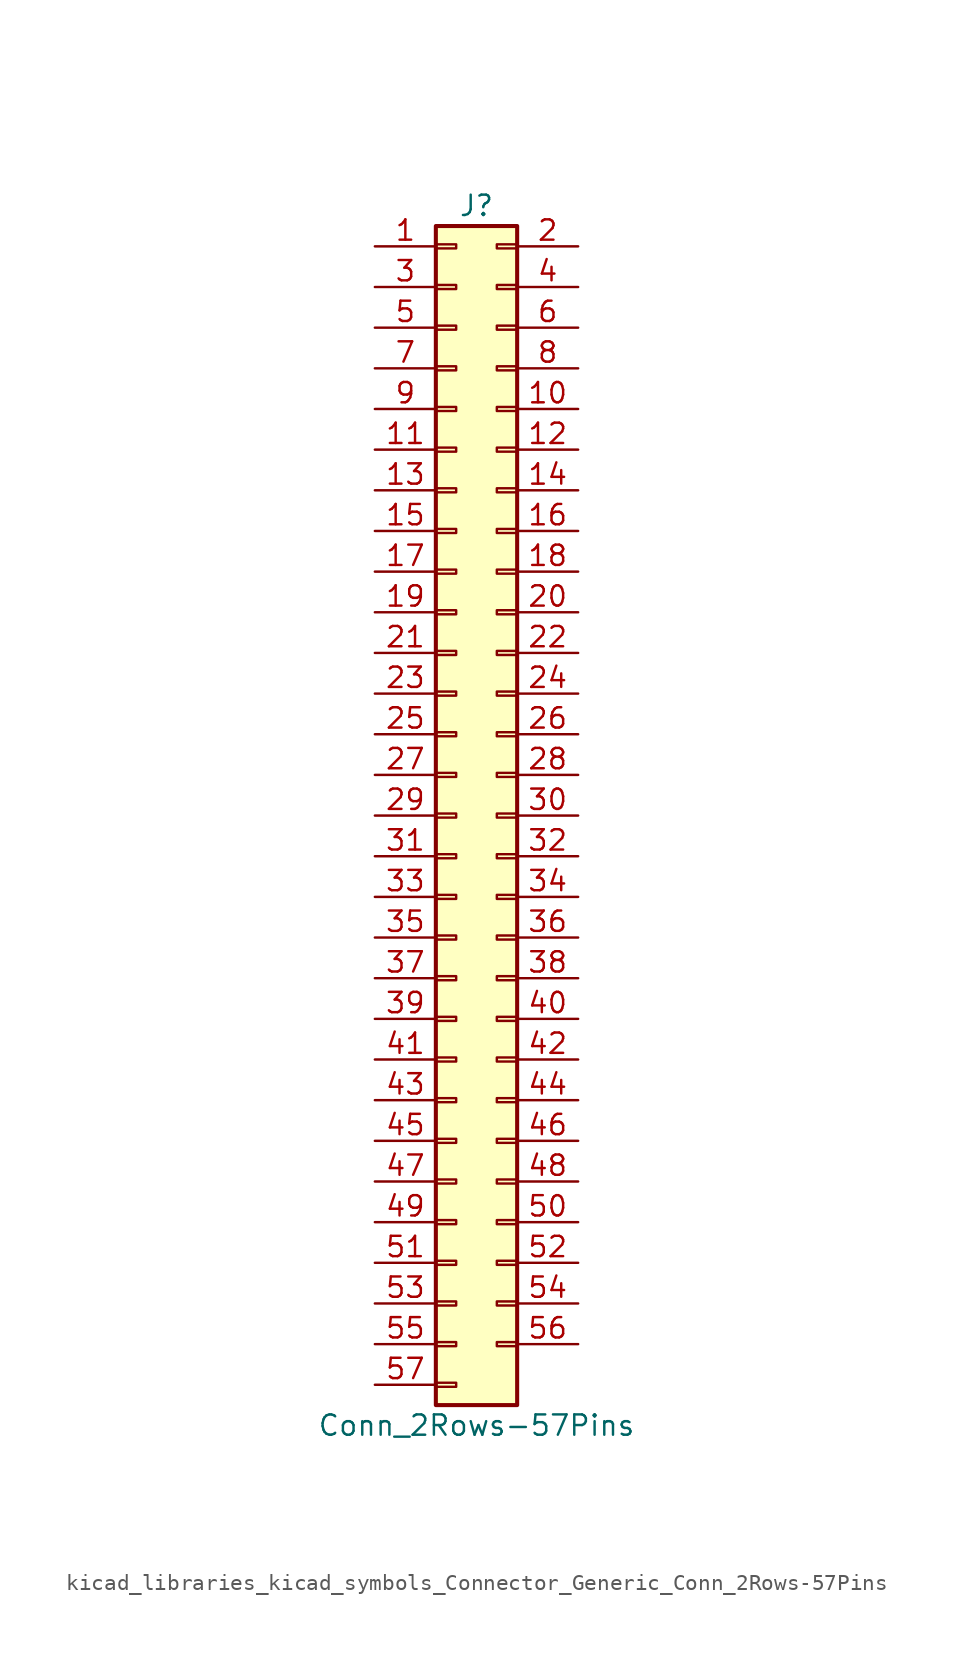
<source format=kicad_sym>
(kicad_symbol_lib
  (version 20220914)
  (generator kicad_symbol_editor)
  (symbol "kicad_libraries_kicad_symbols_Connector_Generic_Conn_2Rows-57Pins"
    (pin_names
      (offset 1.016) hide)
    (property "Reference" "J"
      (at 1.27 38.1 0)
      (effects (font (size 1.27 1.27))))
    (property "Value" "Conn_2Rows-57Pins"
      (at 1.27 -38.1 0)
      (effects (font (size 1.27 1.27))))
    (symbol "kicad_libraries_kicad_symbols_Connector_Generic_Conn_2Rows-57Pins_1_1"
      (rectangle (start -1.27 -35.433) (end 0 -35.687) (stroke (width 0.152) (type default)) (fill (type none)))
      (rectangle (start -1.27 -32.893) (end 0 -33.147) (stroke (width 0.152) (type default)) (fill (type none)))
      (rectangle (start -1.27 -30.353) (end 0 -30.607) (stroke (width 0.152) (type default)) (fill (type none)))
      (rectangle (start -1.27 -27.813) (end 0 -28.067) (stroke (width 0.152) (type default)) (fill (type none)))
      (rectangle (start -1.27 -25.273) (end 0 -25.527) (stroke (width 0.152) (type default)) (fill (type none)))
      (rectangle (start -1.27 -22.733) (end 0 -22.987) (stroke (width 0.152) (type default)) (fill (type none)))
      (rectangle (start -1.27 -20.193) (end 0 -20.447) (stroke (width 0.152) (type default)) (fill (type none)))
      (rectangle (start -1.27 -17.653) (end 0 -17.907) (stroke (width 0.152) (type default)) (fill (type none)))
      (rectangle (start -1.27 -15.113) (end 0 -15.367) (stroke (width 0.152) (type default)) (fill (type none)))
      (rectangle (start -1.27 -12.573) (end 0 -12.827) (stroke (width 0.152) (type default)) (fill (type none)))
      (rectangle (start -1.27 -10.033) (end 0 -10.287) (stroke (width 0.152) (type default)) (fill (type none)))
      (rectangle (start -1.27 -7.493) (end 0 -7.747) (stroke (width 0.152) (type default)) (fill (type none)))
      (rectangle (start -1.27 -4.953) (end 0 -5.207) (stroke (width 0.152) (type default)) (fill (type none)))
      (rectangle (start -1.27 -2.413) (end 0 -2.667) (stroke (width 0.152) (type default)) (fill (type none)))
      (rectangle (start -1.27 0.127) (end 0 -0.127) (stroke (width 0.152) (type default)) (fill (type none)))
      (rectangle (start -1.27 2.667) (end 0 2.413) (stroke (width 0.152) (type default)) (fill (type none)))
      (rectangle (start -1.27 5.207) (end 0 4.953) (stroke (width 0.152) (type default)) (fill (type none)))
      (rectangle (start -1.27 7.747) (end 0 7.493) (stroke (width 0.152) (type default)) (fill (type none)))
      (rectangle (start -1.27 10.287) (end 0 10.033) (stroke (width 0.152) (type default)) (fill (type none)))
      (rectangle (start -1.27 12.827) (end 0 12.573) (stroke (width 0.152) (type default)) (fill (type none)))
      (rectangle (start -1.27 15.367) (end 0 15.113) (stroke (width 0.152) (type default)) (fill (type none)))
      (rectangle (start -1.27 17.907) (end 0 17.653) (stroke (width 0.152) (type default)) (fill (type none)))
      (rectangle (start -1.27 20.447) (end 0 20.193) (stroke (width 0.152) (type default)) (fill (type none)))
      (rectangle (start -1.27 22.987) (end 0 22.733) (stroke (width 0.152) (type default)) (fill (type none)))
      (rectangle (start -1.27 25.527) (end 0 25.273) (stroke (width 0.152) (type default)) (fill (type none)))
      (rectangle (start -1.27 28.067) (end 0 27.813) (stroke (width 0.152) (type default)) (fill (type none)))
      (rectangle (start -1.27 30.607) (end 0 30.353) (stroke (width 0.152) (type default)) (fill (type none)))
      (rectangle (start -1.27 33.147) (end 0 32.893) (stroke (width 0.152) (type default)) (fill (type none)))
      (rectangle (start -1.27 35.687) (end 0 35.433) (stroke (width 0.152) (type default)) (fill (type none)))
      (rectangle (start -1.27 36.83) (end 3.81 -36.83) (stroke (width 0.254) (type default)) (fill (type background)))
      (rectangle (start 3.81 -32.893) (end 2.54 -33.147) (stroke (width 0.152) (type default)) (fill (type none)))
      (rectangle (start 3.81 -30.353) (end 2.54 -30.607) (stroke (width 0.152) (type default)) (fill (type none)))
      (rectangle (start 3.81 -27.813) (end 2.54 -28.067) (stroke (width 0.152) (type default)) (fill (type none)))
      (rectangle (start 3.81 -25.273) (end 2.54 -25.527) (stroke (width 0.152) (type default)) (fill (type none)))
      (rectangle (start 3.81 -22.733) (end 2.54 -22.987) (stroke (width 0.152) (type default)) (fill (type none)))
      (rectangle (start 3.81 -20.193) (end 2.54 -20.447) (stroke (width 0.152) (type default)) (fill (type none)))
      (rectangle (start 3.81 -17.653) (end 2.54 -17.907) (stroke (width 0.152) (type default)) (fill (type none)))
      (rectangle (start 3.81 -15.113) (end 2.54 -15.367) (stroke (width 0.152) (type default)) (fill (type none)))
      (rectangle (start 3.81 -12.573) (end 2.54 -12.827) (stroke (width 0.152) (type default)) (fill (type none)))
      (rectangle (start 3.81 -10.033) (end 2.54 -10.287) (stroke (width 0.152) (type default)) (fill (type none)))
      (rectangle (start 3.81 -7.493) (end 2.54 -7.747) (stroke (width 0.152) (type default)) (fill (type none)))
      (rectangle (start 3.81 -4.953) (end 2.54 -5.207) (stroke (width 0.152) (type default)) (fill (type none)))
      (rectangle (start 3.81 -2.413) (end 2.54 -2.667) (stroke (width 0.152) (type default)) (fill (type none)))
      (rectangle (start 3.81 0.127) (end 2.54 -0.127) (stroke (width 0.152) (type default)) (fill (type none)))
      (rectangle (start 3.81 2.667) (end 2.54 2.413) (stroke (width 0.152) (type default)) (fill (type none)))
      (rectangle (start 3.81 5.207) (end 2.54 4.953) (stroke (width 0.152) (type default)) (fill (type none)))
      (rectangle (start 3.81 7.747) (end 2.54 7.493) (stroke (width 0.152) (type default)) (fill (type none)))
      (rectangle (start 3.81 10.287) (end 2.54 10.033) (stroke (width 0.152) (type default)) (fill (type none)))
      (rectangle (start 3.81 12.827) (end 2.54 12.573) (stroke (width 0.152) (type default)) (fill (type none)))
      (rectangle (start 3.81 15.367) (end 2.54 15.113) (stroke (width 0.152) (type default)) (fill (type none)))
      (rectangle (start 3.81 17.907) (end 2.54 17.653) (stroke (width 0.152) (type default)) (fill (type none)))
      (rectangle (start 3.81 20.447) (end 2.54 20.193) (stroke (width 0.152) (type default)) (fill (type none)))
      (rectangle (start 3.81 22.987) (end 2.54 22.733) (stroke (width 0.152) (type default)) (fill (type none)))
      (rectangle (start 3.81 25.527) (end 2.54 25.273) (stroke (width 0.152) (type default)) (fill (type none)))
      (rectangle (start 3.81 28.067) (end 2.54 27.813) (stroke (width 0.152) (type default)) (fill (type none)))
      (rectangle (start 3.81 30.607) (end 2.54 30.353) (stroke (width 0.152) (type default)) (fill (type none)))
      (rectangle (start 3.81 33.147) (end 2.54 32.893) (stroke (width 0.152) (type default)) (fill (type none)))
      (rectangle (start 3.81 35.687) (end 2.54 35.433) (stroke (width 0.152) (type default)) (fill (type none)))
      (pin passive line (at -5.08 35.56 0) (length 3.81) (name "Pin_1" (effects (font (size 1.27 1.27)))) (number "1" (effects (font (size 1.27 1.27)))))
      (pin passive line (at 7.62 25.4 180) (length 3.81) (name "Pin_10" (effects (font (size 1.27 1.27)))) (number "10" (effects (font (size 1.27 1.27)))))
      (pin passive line (at -5.08 22.86 0) (length 3.81) (name "Pin_11" (effects (font (size 1.27 1.27)))) (number "11" (effects (font (size 1.27 1.27)))))
      (pin passive line (at 7.62 22.86 180) (length 3.81) (name "Pin_12" (effects (font (size 1.27 1.27)))) (number "12" (effects (font (size 1.27 1.27)))))
      (pin passive line (at -5.08 20.32 0) (length 3.81) (name "Pin_13" (effects (font (size 1.27 1.27)))) (number "13" (effects (font (size 1.27 1.27)))))
      (pin passive line (at 7.62 20.32 180) (length 3.81) (name "Pin_14" (effects (font (size 1.27 1.27)))) (number "14" (effects (font (size 1.27 1.27)))))
      (pin passive line (at -5.08 17.78 0) (length 3.81) (name "Pin_15" (effects (font (size 1.27 1.27)))) (number "15" (effects (font (size 1.27 1.27)))))
      (pin passive line (at 7.62 17.78 180) (length 3.81) (name "Pin_16" (effects (font (size 1.27 1.27)))) (number "16" (effects (font (size 1.27 1.27)))))
      (pin passive line (at -5.08 15.24 0) (length 3.81) (name "Pin_17" (effects (font (size 1.27 1.27)))) (number "17" (effects (font (size 1.27 1.27)))))
      (pin passive line (at 7.62 15.24 180) (length 3.81) (name "Pin_18" (effects (font (size 1.27 1.27)))) (number "18" (effects (font (size 1.27 1.27)))))
      (pin passive line (at -5.08 12.7 0) (length 3.81) (name "Pin_19" (effects (font (size 1.27 1.27)))) (number "19" (effects (font (size 1.27 1.27)))))
      (pin passive line (at 7.62 35.56 180) (length 3.81) (name "Pin_2" (effects (font (size 1.27 1.27)))) (number "2" (effects (font (size 1.27 1.27)))))
      (pin passive line (at 7.62 12.7 180) (length 3.81) (name "Pin_20" (effects (font (size 1.27 1.27)))) (number "20" (effects (font (size 1.27 1.27)))))
      (pin passive line (at -5.08 10.16 0) (length 3.81) (name "Pin_21" (effects (font (size 1.27 1.27)))) (number "21" (effects (font (size 1.27 1.27)))))
      (pin passive line (at 7.62 10.16 180) (length 3.81) (name "Pin_22" (effects (font (size 1.27 1.27)))) (number "22" (effects (font (size 1.27 1.27)))))
      (pin passive line (at -5.08 7.62 0) (length 3.81) (name "Pin_23" (effects (font (size 1.27 1.27)))) (number "23" (effects (font (size 1.27 1.27)))))
      (pin passive line (at 7.62 7.62 180) (length 3.81) (name "Pin_24" (effects (font (size 1.27 1.27)))) (number "24" (effects (font (size 1.27 1.27)))))
      (pin passive line (at -5.08 5.08 0) (length 3.81) (name "Pin_25" (effects (font (size 1.27 1.27)))) (number "25" (effects (font (size 1.27 1.27)))))
      (pin passive line (at 7.62 5.08 180) (length 3.81) (name "Pin_26" (effects (font (size 1.27 1.27)))) (number "26" (effects (font (size 1.27 1.27)))))
      (pin passive line (at -5.08 2.54 0) (length 3.81) (name "Pin_27" (effects (font (size 1.27 1.27)))) (number "27" (effects (font (size 1.27 1.27)))))
      (pin passive line (at 7.62 2.54 180) (length 3.81) (name "Pin_28" (effects (font (size 1.27 1.27)))) (number "28" (effects (font (size 1.27 1.27)))))
      (pin passive line (at -5.08 0 0) (length 3.81) (name "Pin_29" (effects (font (size 1.27 1.27)))) (number "29" (effects (font (size 1.27 1.27)))))
      (pin passive line (at -5.08 33.02 0) (length 3.81) (name "Pin_3" (effects (font (size 1.27 1.27)))) (number "3" (effects (font (size 1.27 1.27)))))
      (pin passive line (at 7.62 0 180) (length 3.81) (name "Pin_30" (effects (font (size 1.27 1.27)))) (number "30" (effects (font (size 1.27 1.27)))))
      (pin passive line (at -5.08 -2.54 0) (length 3.81) (name "Pin_31" (effects (font (size 1.27 1.27)))) (number "31" (effects (font (size 1.27 1.27)))))
      (pin passive line (at 7.62 -2.54 180) (length 3.81) (name "Pin_32" (effects (font (size 1.27 1.27)))) (number "32" (effects (font (size 1.27 1.27)))))
      (pin passive line (at -5.08 -5.08 0) (length 3.81) (name "Pin_33" (effects (font (size 1.27 1.27)))) (number "33" (effects (font (size 1.27 1.27)))))
      (pin passive line (at 7.62 -5.08 180) (length 3.81) (name "Pin_34" (effects (font (size 1.27 1.27)))) (number "34" (effects (font (size 1.27 1.27)))))
      (pin passive line (at -5.08 -7.62 0) (length 3.81) (name "Pin_35" (effects (font (size 1.27 1.27)))) (number "35" (effects (font (size 1.27 1.27)))))
      (pin passive line (at 7.62 -7.62 180) (length 3.81) (name "Pin_36" (effects (font (size 1.27 1.27)))) (number "36" (effects (font (size 1.27 1.27)))))
      (pin passive line (at -5.08 -10.16 0) (length 3.81) (name "Pin_37" (effects (font (size 1.27 1.27)))) (number "37" (effects (font (size 1.27 1.27)))))
      (pin passive line (at 7.62 -10.16 180) (length 3.81) (name "Pin_38" (effects (font (size 1.27 1.27)))) (number "38" (effects (font (size 1.27 1.27)))))
      (pin passive line (at -5.08 -12.7 0) (length 3.81) (name "Pin_39" (effects (font (size 1.27 1.27)))) (number "39" (effects (font (size 1.27 1.27)))))
      (pin passive line (at 7.62 33.02 180) (length 3.81) (name "Pin_4" (effects (font (size 1.27 1.27)))) (number "4" (effects (font (size 1.27 1.27)))))
      (pin passive line (at 7.62 -12.7 180) (length 3.81) (name "Pin_40" (effects (font (size 1.27 1.27)))) (number "40" (effects (font (size 1.27 1.27)))))
      (pin passive line (at -5.08 -15.24 0) (length 3.81) (name "Pin_41" (effects (font (size 1.27 1.27)))) (number "41" (effects (font (size 1.27 1.27)))))
      (pin passive line (at 7.62 -15.24 180) (length 3.81) (name "Pin_42" (effects (font (size 1.27 1.27)))) (number "42" (effects (font (size 1.27 1.27)))))
      (pin passive line (at -5.08 -17.78 0) (length 3.81) (name "Pin_43" (effects (font (size 1.27 1.27)))) (number "43" (effects (font (size 1.27 1.27)))))
      (pin passive line (at 7.62 -17.78 180) (length 3.81) (name "Pin_44" (effects (font (size 1.27 1.27)))) (number "44" (effects (font (size 1.27 1.27)))))
      (pin passive line (at -5.08 -20.32 0) (length 3.81) (name "Pin_45" (effects (font (size 1.27 1.27)))) (number "45" (effects (font (size 1.27 1.27)))))
      (pin passive line (at 7.62 -20.32 180) (length 3.81) (name "Pin_46" (effects (font (size 1.27 1.27)))) (number "46" (effects (font (size 1.27 1.27)))))
      (pin passive line (at -5.08 -22.86 0) (length 3.81) (name "Pin_47" (effects (font (size 1.27 1.27)))) (number "47" (effects (font (size 1.27 1.27)))))
      (pin passive line (at 7.62 -22.86 180) (length 3.81) (name "Pin_48" (effects (font (size 1.27 1.27)))) (number "48" (effects (font (size 1.27 1.27)))))
      (pin passive line (at -5.08 -25.4 0) (length 3.81) (name "Pin_49" (effects (font (size 1.27 1.27)))) (number "49" (effects (font (size 1.27 1.27)))))
      (pin passive line (at -5.08 30.48 0) (length 3.81) (name "Pin_5" (effects (font (size 1.27 1.27)))) (number "5" (effects (font (size 1.27 1.27)))))
      (pin passive line (at 7.62 -25.4 180) (length 3.81) (name "Pin_50" (effects (font (size 1.27 1.27)))) (number "50" (effects (font (size 1.27 1.27)))))
      (pin passive line (at -5.08 -27.94 0) (length 3.81) (name "Pin_51" (effects (font (size 1.27 1.27)))) (number "51" (effects (font (size 1.27 1.27)))))
      (pin passive line (at 7.62 -27.94 180) (length 3.81) (name "Pin_52" (effects (font (size 1.27 1.27)))) (number "52" (effects (font (size 1.27 1.27)))))
      (pin passive line (at -5.08 -30.48 0) (length 3.81) (name "Pin_53" (effects (font (size 1.27 1.27)))) (number "53" (effects (font (size 1.27 1.27)))))
      (pin passive line (at 7.62 -30.48 180) (length 3.81) (name "Pin_54" (effects (font (size 1.27 1.27)))) (number "54" (effects (font (size 1.27 1.27)))))
      (pin passive line (at -5.08 -33.02 0) (length 3.81) (name "Pin_55" (effects (font (size 1.27 1.27)))) (number "55" (effects (font (size 1.27 1.27)))))
      (pin passive line (at 7.62 -33.02 180) (length 3.81) (name "Pin_56" (effects (font (size 1.27 1.27)))) (number "56" (effects (font (size 1.27 1.27)))))
      (pin passive line (at -5.08 -35.56 0) (length 3.81) (name "Pin_57" (effects (font (size 1.27 1.27)))) (number "57" (effects (font (size 1.27 1.27)))))
      (pin passive line (at 7.62 30.48 180) (length 3.81) (name "Pin_6" (effects (font (size 1.27 1.27)))) (number "6" (effects (font (size 1.27 1.27)))))
      (pin passive line (at -5.08 27.94 0) (length 3.81) (name "Pin_7" (effects (font (size 1.27 1.27)))) (number "7" (effects (font (size 1.27 1.27)))))
      (pin passive line (at 7.62 27.94 180) (length 3.81) (name "Pin_8" (effects (font (size 1.27 1.27)))) (number "8" (effects (font (size 1.27 1.27)))))
      (pin passive line (at -5.08 25.4 0) (length 3.81) (name "Pin_9" (effects (font (size 1.27 1.27)))) (number "9" (effects (font (size 1.27 1.27))))))))
</source>
